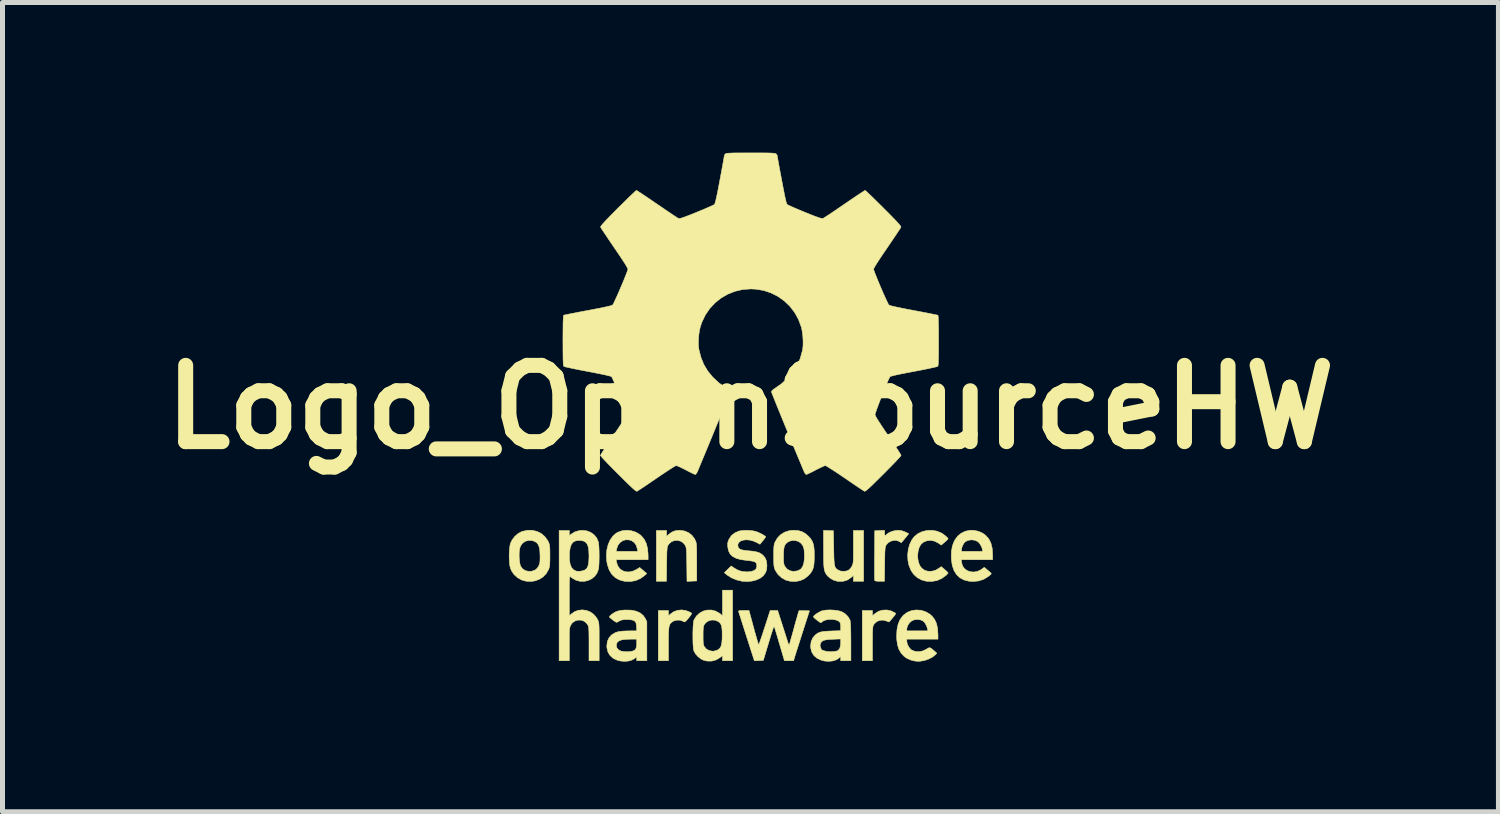
<source format=kicad_pcb>
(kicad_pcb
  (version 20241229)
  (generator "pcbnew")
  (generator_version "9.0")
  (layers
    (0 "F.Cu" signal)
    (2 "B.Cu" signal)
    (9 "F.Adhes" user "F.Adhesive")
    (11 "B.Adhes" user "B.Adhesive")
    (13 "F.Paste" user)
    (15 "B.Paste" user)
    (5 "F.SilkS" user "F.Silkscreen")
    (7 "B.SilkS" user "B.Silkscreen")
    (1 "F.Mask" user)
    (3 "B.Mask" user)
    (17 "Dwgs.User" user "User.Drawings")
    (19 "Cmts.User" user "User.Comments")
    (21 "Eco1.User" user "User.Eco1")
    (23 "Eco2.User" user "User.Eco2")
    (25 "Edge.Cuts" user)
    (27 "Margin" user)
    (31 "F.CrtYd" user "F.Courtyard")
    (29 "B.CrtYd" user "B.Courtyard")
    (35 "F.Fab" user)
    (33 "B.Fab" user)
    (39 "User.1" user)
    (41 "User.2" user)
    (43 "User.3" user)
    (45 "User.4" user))
  (footprint "Logo_OpenSourceHW"
    (layer "F.Cu")
    (at 11.945 5.085)
    (property "Reference" "Logo_OpenSourceHW" (at 0 0 0) (layer "F.SilkS") (effects (font (size 1.524 1.524) (thickness 0.3))))
    (attr through_hole)
    (fp_poly (pts (xy -1.287 4.065) (xy -1.206 4.098) (xy -1.182 4.113) (xy -1.176 4.123) (xy -1.181 4.14) (xy -1.199 4.167) (xy -1.232 4.209) (xy -1.264 4.247) (xy -1.292 4.276) (xy -1.31 4.291) (xy -1.313 4.292) (xy -1.334 4.286) (xy -1.359 4.274) (xy -1.409 4.257) (xy -1.468 4.256) (xy -1.525 4.27) (xy -1.551 4.283) (xy -1.575 4.301) (xy -1.595 4.319) (xy -1.61 4.341) (xy -1.621 4.37) (xy -1.629 4.409) (xy -1.634 4.46) (xy -1.637 4.527) (xy -1.638 4.614) (xy -1.638 4.722) (xy -1.638 4.734) (xy -1.638 5.067) (xy -1.841 5.067) (xy -1.841 4.064) (xy -1.638 4.064) (xy -1.638 4.17) (xy -1.603 4.137) (xy -1.535 4.089) (xy -1.456 4.06) (xy -1.372 4.052) (xy -1.287 4.065)) (stroke (width 0.01) (type solid)) (fill yes) (layer "F.SilkS"))
    (fp_poly (pts (xy 2.812 4.072) (xy 2.892 4.112) (xy 2.895 4.113) (xy 2.901 4.123) (xy 2.895 4.14) (xy 2.876 4.168) (xy 2.844 4.206) (xy 2.813 4.243) (xy 2.788 4.273) (xy 2.774 4.29) (xy 2.772 4.292) (xy 2.759 4.29) (xy 2.733 4.28) (xy 2.724 4.276) (xy 2.656 4.256) (xy 2.59 4.259) (xy 2.529 4.282) (xy 2.479 4.325) (xy 2.464 4.346) (xy 2.456 4.36) (xy 2.45 4.376) (xy 2.446 4.398) (xy 2.443 4.428) (xy 2.441 4.469) (xy 2.439 4.526) (xy 2.439 4.6) (xy 2.438 4.696) (xy 2.438 4.728) (xy 2.438 5.067) (xy 2.235 5.067) (xy 2.235 4.064) (xy 2.438 4.064) (xy 2.438 4.168) (xy 2.49 4.124) (xy 2.56 4.079) (xy 2.641 4.056) (xy 2.726 4.053) (xy 2.812 4.072)) (stroke (width 0.01) (type solid)) (fill yes) (layer "F.SilkS"))
    (fp_poly (pts (xy 3.015 2.467) (xy 3.077 2.488) (xy 3.093 2.495) (xy 3.163 2.529) (xy 3.125 2.576) (xy 3.092 2.617) (xy 3.058 2.658) (xy 3.051 2.666) (xy 3.014 2.71) (xy 2.977 2.686) (xy 2.922 2.664) (xy 2.861 2.663) (xy 2.801 2.68) (xy 2.748 2.713) (xy 2.712 2.756) (xy 2.704 2.771) (xy 2.698 2.788) (xy 2.693 2.811) (xy 2.69 2.842) (xy 2.687 2.884) (xy 2.685 2.942) (xy 2.684 3.018) (xy 2.682 3.116) (xy 2.682 3.14) (xy 2.678 3.48) (xy 2.583 3.48) (xy 2.525 3.478) (xy 2.492 3.471) (xy 2.482 3.464) (xy 2.481 3.448) (xy 2.48 3.41) (xy 2.479 3.352) (xy 2.479 3.277) (xy 2.479 3.188) (xy 2.479 3.088) (xy 2.479 2.98) (xy 2.48 2.959) (xy 2.483 2.47) (xy 2.581 2.466) (xy 2.68 2.463) (xy 2.68 2.514) (xy 2.683 2.551) (xy 2.692 2.564) (xy 2.711 2.554) (xy 2.723 2.541) (xy 2.763 2.511) (xy 2.819 2.486) (xy 2.883 2.468) (xy 2.947 2.461) (xy 2.949 2.461) (xy 3.015 2.467)) (stroke (width 0.01) (type solid)) (fill yes) (layer "F.SilkS"))
    (fp_poly (pts (xy -1.324 2.473) (xy -1.241 2.506) (xy -1.171 2.559) (xy -1.118 2.629) (xy -1.104 2.657) (xy -1.095 2.677) (xy -1.088 2.696) (xy -1.083 2.718) (xy -1.079 2.745) (xy -1.077 2.781) (xy -1.075 2.83) (xy -1.074 2.893) (xy -1.074 2.975) (xy -1.073 3.078) (xy -1.073 3.099) (xy -1.073 3.473) (xy -1.268 3.481) (xy -1.272 3.147) (xy -1.274 3.045) (xy -1.275 2.966) (xy -1.277 2.905) (xy -1.28 2.859) (xy -1.283 2.826) (xy -1.288 2.801) (xy -1.294 2.782) (xy -1.301 2.765) (xy -1.303 2.762) (xy -1.343 2.711) (xy -1.395 2.678) (xy -1.455 2.663) (xy -1.516 2.666) (xy -1.574 2.687) (xy -1.623 2.727) (xy -1.644 2.756) (xy -1.652 2.771) (xy -1.658 2.788) (xy -1.663 2.81) (xy -1.666 2.841) (xy -1.669 2.884) (xy -1.671 2.941) (xy -1.672 3.017) (xy -1.674 3.114) (xy -1.674 3.14) (xy -1.678 3.48) (xy -1.88 3.48) (xy -1.88 2.464) (xy -1.676 2.464) (xy -1.676 2.581) (xy -1.63 2.54) (xy -1.568 2.495) (xy -1.502 2.47) (xy -1.424 2.462) (xy -1.416 2.461) (xy -1.324 2.473)) (stroke (width 0.01) (type solid)) (fill yes) (layer "F.SilkS"))
    (fp_poly (pts (xy 1.559 2.466) (xy 1.657 2.47) (xy 1.664 2.813) (xy 1.666 2.923) (xy 1.668 3.011) (xy 1.672 3.08) (xy 1.677 3.132) (xy 1.684 3.17) (xy 1.693 3.198) (xy 1.706 3.219) (xy 1.723 3.235) (xy 1.744 3.25) (xy 1.751 3.254) (xy 1.798 3.275) (xy 1.854 3.281) (xy 1.864 3.281) (xy 1.926 3.273) (xy 1.974 3.249) (xy 2.012 3.204) (xy 2.029 3.175) (xy 2.038 3.157) (xy 2.044 3.138) (xy 2.049 3.117) (xy 2.053 3.088) (xy 2.055 3.049) (xy 2.057 2.996) (xy 2.057 2.926) (xy 2.057 2.835) (xy 2.057 2.791) (xy 2.057 2.464) (xy 2.261 2.464) (xy 2.261 3.48) (xy 2.057 3.48) (xy 2.057 3.363) (xy 2.008 3.407) (xy 1.938 3.454) (xy 1.856 3.48) (xy 1.767 3.483) (xy 1.729 3.478) (xy 1.661 3.457) (xy 1.596 3.42) (xy 1.543 3.375) (xy 1.531 3.361) (xy 1.512 3.335) (xy 1.497 3.309) (xy 1.485 3.28) (xy 1.476 3.245) (xy 1.469 3.202) (xy 1.465 3.147) (xy 1.462 3.076) (xy 1.461 2.988) (xy 1.461 2.878) (xy 1.46 2.836) (xy 1.46 2.463) (xy 1.559 2.466)) (stroke (width 0.01) (type solid)) (fill yes) (layer "F.SilkS"))
    (fp_poly (pts (xy -2.38 2.47) (xy -2.29 2.498) (xy -2.211 2.545) (xy -2.174 2.578) (xy -2.119 2.646) (xy -2.081 2.726) (xy -2.057 2.821) (xy -2.046 2.934) (xy -2.045 2.975) (xy -2.045 3.048) (xy -2.683 3.048) (xy -2.676 3.094) (xy -2.653 3.168) (xy -2.612 3.227) (xy -2.558 3.268) (xy -2.492 3.29) (xy -2.42 3.293) (xy -2.342 3.275) (xy -2.274 3.242) (xy -2.213 3.204) (xy -2.143 3.264) (xy -2.072 3.324) (xy -2.112 3.362) (xy -2.197 3.424) (xy -2.294 3.466) (xy -2.399 3.485) (xy -2.509 3.481) (xy -2.521 3.479) (xy -2.622 3.451) (xy -2.706 3.403) (xy -2.773 3.337) (xy -2.824 3.251) (xy -2.859 3.145) (xy -2.871 3.081) (xy -2.879 2.962) (xy -2.872 2.883) (xy -2.683 2.883) (xy -2.251 2.883) (xy -2.26 2.835) (xy -2.283 2.76) (xy -2.322 2.705) (xy -2.376 2.668) (xy -2.419 2.654) (xy -2.489 2.65) (xy -2.554 2.669) (xy -2.608 2.708) (xy -2.65 2.764) (xy -2.674 2.835) (xy -2.674 2.835) (xy -2.683 2.883) (xy -2.872 2.883) (xy -2.869 2.849) (xy -2.843 2.744) (xy -2.802 2.652) (xy -2.747 2.575) (xy -2.68 2.517) (xy -2.652 2.501) (xy -2.567 2.47) (xy -2.474 2.46) (xy -2.38 2.47)) (stroke (width 0.01) (type solid)) (fill yes) (layer "F.SilkS"))
    (fp_poly (pts (xy 3.725 2.478) (xy 3.815 2.515) (xy 3.842 2.531) (xy 3.878 2.558) (xy 3.912 2.586) (xy 3.938 2.612) (xy 3.949 2.629) (xy 3.95 2.63) (xy 3.941 2.643) (xy 3.917 2.666) (xy 3.884 2.696) (xy 3.881 2.698) (xy 3.812 2.757) (xy 3.756 2.718) (xy 3.68 2.678) (xy 3.601 2.662) (xy 3.522 2.671) (xy 3.453 2.7) (xy 3.408 2.741) (xy 3.374 2.798) (xy 3.352 2.869) (xy 3.342 2.946) (xy 3.344 3.025) (xy 3.358 3.101) (xy 3.385 3.168) (xy 3.422 3.218) (xy 3.481 3.26) (xy 3.549 3.28) (xy 3.623 3.28) (xy 3.698 3.259) (xy 3.756 3.226) (xy 3.812 3.187) (xy 3.881 3.245) (xy 3.915 3.275) (xy 3.939 3.3) (xy 3.95 3.313) (xy 3.95 3.313) (xy 3.941 3.327) (xy 3.92 3.35) (xy 3.915 3.355) (xy 3.825 3.422) (xy 3.728 3.465) (xy 3.623 3.483) (xy 3.515 3.479) (xy 3.417 3.452) (xy 3.331 3.405) (xy 3.259 3.338) (xy 3.203 3.253) (xy 3.164 3.152) (xy 3.147 3.065) (xy 3.141 2.954) (xy 3.153 2.845) (xy 3.181 2.743) (xy 3.224 2.653) (xy 3.274 2.587) (xy 3.348 2.527) (xy 3.435 2.486) (xy 3.53 2.464) (xy 3.629 2.461) (xy 3.725 2.478)) (stroke (width 0.01) (type solid)) (fill yes) (layer "F.SilkS"))
    (fp_poly (pts (xy 4.558 2.482) (xy 4.645 2.522) (xy 4.698 2.561) (xy 4.76 2.629) (xy 4.804 2.715) (xy 4.83 2.82) (xy 4.839 2.943) (xy 4.839 3.048) (xy 4.213 3.048) (xy 4.22 3.107) (xy 4.238 3.173) (xy 4.276 3.226) (xy 4.328 3.265) (xy 4.39 3.288) (xy 4.459 3.295) (xy 4.531 3.283) (xy 4.601 3.252) (xy 4.621 3.238) (xy 4.672 3.201) (xy 4.743 3.26) (xy 4.777 3.289) (xy 4.802 3.313) (xy 4.813 3.327) (xy 4.813 3.327) (xy 4.804 3.34) (xy 4.78 3.362) (xy 4.754 3.383) (xy 4.662 3.439) (xy 4.559 3.473) (xy 4.447 3.484) (xy 4.366 3.478) (xy 4.267 3.453) (xy 4.184 3.409) (xy 4.117 3.345) (xy 4.066 3.262) (xy 4.032 3.161) (xy 4.015 3.042) (xy 4.013 2.978) (xy 4.017 2.883) (xy 4.216 2.883) (xy 4.636 2.883) (xy 4.636 2.854) (xy 4.628 2.816) (xy 4.607 2.77) (xy 4.58 2.726) (xy 4.551 2.693) (xy 4.546 2.689) (xy 4.485 2.66) (xy 4.417 2.651) (xy 4.348 2.662) (xy 4.298 2.686) (xy 4.268 2.716) (xy 4.241 2.761) (xy 4.223 2.811) (xy 4.217 2.848) (xy 4.216 2.883) (xy 4.017 2.883) (xy 4.018 2.876) (xy 4.031 2.791) (xy 4.055 2.715) (xy 4.084 2.655) (xy 4.139 2.579) (xy 4.208 2.522) (xy 4.288 2.482) (xy 4.376 2.462) (xy 4.467 2.462) (xy 4.558 2.482)) (stroke (width 0.01) (type solid)) (fill yes) (layer "F.SilkS"))
    (fp_poly (pts (xy 3.4 4.058) (xy 3.489 4.083) (xy 3.572 4.128) (xy 3.625 4.172) (xy 3.679 4.24) (xy 3.717 4.322) (xy 3.739 4.419) (xy 3.746 4.535) (xy 3.747 4.541) (xy 3.747 4.636) (xy 3.124 4.636) (xy 3.124 4.681) (xy 3.135 4.737) (xy 3.163 4.792) (xy 3.202 4.838) (xy 3.22 4.852) (xy 3.288 4.88) (xy 3.364 4.886) (xy 3.442 4.872) (xy 3.516 4.837) (xy 3.525 4.831) (xy 3.553 4.814) (xy 3.575 4.807) (xy 3.599 4.813) (xy 3.628 4.833) (xy 3.67 4.869) (xy 3.676 4.874) (xy 3.724 4.917) (xy 3.695 4.948) (xy 3.636 4.995) (xy 3.56 5.034) (xy 3.475 5.063) (xy 3.387 5.078) (xy 3.347 5.079) (xy 3.298 5.075) (xy 3.241 5.064) (xy 3.206 5.054) (xy 3.123 5.017) (xy 3.068 4.977) (xy 3.01 4.914) (xy 2.967 4.84) (xy 2.939 4.753) (xy 2.924 4.649) (xy 2.921 4.566) (xy 2.928 4.444) (xy 2.93 4.436) (xy 3.124 4.436) (xy 3.124 4.47) (xy 3.546 4.47) (xy 3.538 4.429) (xy 3.518 4.368) (xy 3.487 4.313) (xy 3.451 4.275) (xy 3.401 4.252) (xy 3.34 4.243) (xy 3.277 4.249) (xy 3.227 4.268) (xy 3.181 4.306) (xy 3.146 4.357) (xy 3.126 4.414) (xy 3.124 4.436) (xy 2.93 4.436) (xy 2.949 4.342) (xy 2.984 4.255) (xy 3.036 4.18) (xy 3.062 4.153) (xy 3.134 4.1) (xy 3.218 4.066) (xy 3.308 4.053) (xy 3.4 4.058)) (stroke (width 0.01) (type solid)) (fill yes) (layer "F.SilkS"))
    (fp_poly (pts (xy -0.356 5.067) (xy -0.559 5.067) (xy -0.559 4.965) (xy -0.608 5.004) (xy -0.685 5.05) (xy -0.771 5.074) (xy -0.864 5.074) (xy -0.932 5.059) (xy -0.99 5.031) (xy -1.047 4.986) (xy -1.096 4.932) (xy -1.128 4.875) (xy -1.133 4.862) (xy -1.14 4.825) (xy -1.145 4.769) (xy -1.149 4.699) (xy -1.15 4.62) (xy -1.15 4.566) (xy -0.946 4.566) (xy -0.946 4.639) (xy -0.944 4.691) (xy -0.941 4.729) (xy -0.935 4.756) (xy -0.926 4.777) (xy -0.92 4.788) (xy -0.879 4.835) (xy -0.822 4.865) (xy -0.757 4.877) (xy -0.756 4.877) (xy -0.709 4.871) (xy -0.665 4.856) (xy -0.661 4.855) (xy -0.626 4.832) (xy -0.6 4.802) (xy -0.583 4.762) (xy -0.572 4.706) (xy -0.566 4.633) (xy -0.565 4.559) (xy -0.566 4.474) (xy -0.571 4.41) (xy -0.581 4.363) (xy -0.597 4.328) (xy -0.62 4.302) (xy -0.651 4.279) (xy -0.71 4.257) (xy -0.774 4.254) (xy -0.835 4.27) (xy -0.888 4.303) (xy -0.923 4.346) (xy -0.933 4.368) (xy -0.939 4.395) (xy -0.943 4.432) (xy -0.946 4.485) (xy -0.946 4.558) (xy -0.946 4.566) (xy -1.15 4.566) (xy -1.151 4.538) (xy -1.149 4.458) (xy -1.146 4.383) (xy -1.141 4.321) (xy -1.135 4.275) (xy -1.129 4.254) (xy -1.081 4.176) (xy -1.018 4.117) (xy -0.945 4.076) (xy -0.864 4.055) (xy -0.78 4.054) (xy -0.697 4.075) (xy -0.619 4.118) (xy -0.6 4.133) (xy -0.559 4.168) (xy -0.559 3.658) (xy -0.356 3.658) (xy -0.356 5.067)) (stroke (width 0.01) (type solid)) (fill yes) (layer "F.SilkS"))
    (fp_poly (pts (xy -4.357 2.461) (xy -4.263 2.484) (xy -4.178 2.527) (xy -4.106 2.59) (xy -4.048 2.67) (xy -4.031 2.705) (xy -4.022 2.73) (xy -4.015 2.758) (xy -4.011 2.793) (xy -4.008 2.841) (xy -4.007 2.906) (xy -4.007 2.972) (xy -4.007 3.053) (xy -4.009 3.114) (xy -4.012 3.159) (xy -4.017 3.192) (xy -4.024 3.219) (xy -4.031 3.239) (xy -4.081 3.326) (xy -4.146 3.394) (xy -4.22 3.44) (xy -4.303 3.471) (xy -4.386 3.484) (xy -4.479 3.479) (xy -4.569 3.455) (xy -4.651 3.41) (xy -4.721 3.348) (xy -4.773 3.273) (xy -4.797 3.215) (xy -4.81 3.157) (xy -4.817 3.082) (xy -4.821 2.996) (xy -4.82 2.949) (xy -4.622 2.949) (xy -4.62 3.021) (xy -4.613 3.089) (xy -4.603 3.146) (xy -4.592 3.177) (xy -4.554 3.23) (xy -4.501 3.265) (xy -4.438 3.281) (xy -4.371 3.279) (xy -4.303 3.255) (xy -4.299 3.253) (xy -4.27 3.228) (xy -4.242 3.192) (xy -4.232 3.175) (xy -4.22 3.147) (xy -4.211 3.118) (xy -4.206 3.081) (xy -4.204 3.031) (xy -4.204 2.972) (xy -4.208 2.877) (xy -4.219 2.803) (xy -4.24 2.748) (xy -4.271 2.708) (xy -4.315 2.682) (xy -4.362 2.667) (xy -4.434 2.663) (xy -4.499 2.681) (xy -4.554 2.719) (xy -4.594 2.775) (xy -4.611 2.826) (xy -4.619 2.882) (xy -4.622 2.949) (xy -4.82 2.949) (xy -4.82 2.909) (xy -4.814 2.826) (xy -4.804 2.757) (xy -4.797 2.725) (xy -4.762 2.653) (xy -4.71 2.584) (xy -4.644 2.527) (xy -4.573 2.488) (xy -4.559 2.483) (xy -4.456 2.461) (xy -4.357 2.461)) (stroke (width 0.01) (type solid)) (fill yes) (layer "F.SilkS"))
    (fp_poly (pts (xy 0.951 2.466) (xy 1.03 2.488) (xy 1.099 2.527) (xy 1.156 2.577) (xy 1.199 2.624) (xy 1.23 2.671) (xy 1.252 2.723) (xy 1.266 2.785) (xy 1.274 2.861) (xy 1.276 2.957) (xy 1.276 2.972) (xy 1.274 3.071) (xy 1.268 3.15) (xy 1.255 3.213) (xy 1.234 3.266) (xy 1.204 3.313) (xy 1.162 3.36) (xy 1.156 3.367) (xy 1.08 3.428) (xy 0.994 3.467) (xy 0.899 3.484) (xy 0.792 3.479) (xy 0.703 3.455) (xy 0.622 3.409) (xy 0.552 3.345) (xy 0.5 3.266) (xy 0.487 3.239) (xy 0.478 3.212) (xy 0.471 3.182) (xy 0.467 3.142) (xy 0.465 3.089) (xy 0.464 3.018) (xy 0.464 2.972) (xy 0.66 2.972) (xy 0.661 3.043) (xy 0.663 3.094) (xy 0.668 3.131) (xy 0.676 3.158) (xy 0.684 3.175) (xy 0.727 3.231) (xy 0.784 3.267) (xy 0.851 3.282) (xy 0.925 3.274) (xy 0.961 3.263) (xy 1.009 3.233) (xy 1.044 3.184) (xy 1.067 3.114) (xy 1.078 3.023) (xy 1.079 2.969) (xy 1.076 2.887) (xy 1.067 2.823) (xy 1.048 2.773) (xy 1.02 2.731) (xy 1.015 2.725) (xy 0.966 2.687) (xy 0.905 2.667) (xy 0.839 2.664) (xy 0.776 2.68) (xy 0.739 2.701) (xy 0.708 2.729) (xy 0.686 2.761) (xy 0.672 2.803) (xy 0.664 2.859) (xy 0.661 2.933) (xy 0.66 2.972) (xy 0.464 2.972) (xy 0.464 2.889) (xy 0.466 2.827) (xy 0.469 2.781) (xy 0.474 2.747) (xy 0.482 2.719) (xy 0.487 2.705) (xy 0.535 2.619) (xy 0.601 2.55) (xy 0.682 2.499) (xy 0.774 2.469) (xy 0.856 2.46) (xy 0.951 2.466)) (stroke (width 0.01) (type solid)) (fill yes) (layer "F.SilkS"))
    (fp_poly (pts (xy -2.388 4.056) (xy -2.287 4.076) (xy -2.204 4.112) (xy -2.141 4.165) (xy -2.102 4.222) (xy -2.07 4.285) (xy -2.07 5.067) (xy -2.273 5.067) (xy -2.273 4.989) (xy -2.312 5.021) (xy -2.369 5.054) (xy -2.441 5.074) (xy -2.523 5.08) (xy -2.606 5.071) (xy -2.664 5.056) (xy -2.745 5.017) (xy -2.807 4.961) (xy -2.848 4.892) (xy -2.868 4.807) (xy -2.87 4.768) (xy -2.869 4.763) (xy -2.68 4.763) (xy -2.668 4.811) (xy -2.635 4.85) (xy -2.584 4.875) (xy -2.576 4.877) (xy -2.513 4.886) (xy -2.444 4.887) (xy -2.38 4.881) (xy -2.359 4.876) (xy -2.318 4.859) (xy -2.292 4.832) (xy -2.278 4.79) (xy -2.273 4.729) (xy -2.273 4.722) (xy -2.273 4.636) (xy -2.391 4.636) (xy -2.489 4.64) (xy -2.565 4.649) (xy -2.62 4.667) (xy -2.656 4.692) (xy -2.675 4.727) (xy -2.68 4.763) (xy -2.869 4.763) (xy -2.859 4.682) (xy -2.826 4.609) (xy -2.774 4.55) (xy -2.703 4.507) (xy -2.646 4.488) (xy -2.602 4.481) (xy -2.542 4.475) (xy -2.474 4.472) (xy -2.422 4.471) (xy -2.272 4.47) (xy -2.276 4.386) (xy -2.282 4.33) (xy -2.297 4.291) (xy -2.325 4.266) (xy -2.369 4.252) (xy -2.434 4.245) (xy -2.449 4.244) (xy -2.526 4.245) (xy -2.586 4.257) (xy -2.639 4.283) (xy -2.656 4.294) (xy -2.67 4.3) (xy -2.69 4.294) (xy -2.72 4.275) (xy -2.748 4.255) (xy -2.783 4.227) (xy -2.809 4.205) (xy -2.819 4.192) (xy -2.819 4.192) (xy -2.809 4.173) (xy -2.782 4.148) (xy -2.745 4.121) (xy -2.704 4.096) (xy -2.686 4.088) (xy -2.634 4.07) (xy -2.572 4.059) (xy -2.508 4.054) (xy -2.388 4.056)) (stroke (width 0.01) (type solid)) (fill yes) (layer "F.SilkS"))
    (fp_poly (pts (xy -0.025 2.464) (xy 0.046 2.471) (xy 0.1 2.482) (xy 0.138 2.495) (xy 0.182 2.515) (xy 0.227 2.537) (xy 0.267 2.56) (xy 0.295 2.579) (xy 0.305 2.592) (xy 0.297 2.605) (xy 0.278 2.632) (xy 0.25 2.668) (xy 0.247 2.67) (xy 0.19 2.74) (xy 0.123 2.704) (xy 0.053 2.674) (xy -0.018 2.656) (xy -0.086 2.651) (xy -0.147 2.658) (xy -0.197 2.676) (xy -0.233 2.705) (xy -0.251 2.744) (xy -0.251 2.767) (xy -0.245 2.8) (xy -0.228 2.825) (xy -0.199 2.843) (xy -0.154 2.856) (xy -0.089 2.865) (xy -0.033 2.871) (xy 0.058 2.88) (xy 0.129 2.894) (xy 0.183 2.913) (xy 0.227 2.94) (xy 0.26 2.97) (xy 0.297 3.018) (xy 0.319 3.073) (xy 0.328 3.143) (xy 0.329 3.172) (xy 0.324 3.246) (xy 0.302 3.307) (xy 0.262 3.363) (xy 0.256 3.37) (xy 0.196 3.417) (xy 0.119 3.453) (xy 0.029 3.476) (xy -0.069 3.485) (xy -0.165 3.479) (xy -0.273 3.454) (xy -0.376 3.412) (xy -0.466 3.355) (xy -0.48 3.344) (xy -0.522 3.308) (xy -0.385 3.174) (xy -0.319 3.219) (xy -0.243 3.261) (xy -0.166 3.284) (xy -0.077 3.292) (xy -0.07 3.292) (xy 0.011 3.285) (xy 0.071 3.266) (xy 0.11 3.234) (xy 0.126 3.19) (xy 0.127 3.176) (xy 0.124 3.141) (xy 0.114 3.115) (xy 0.094 3.096) (xy 0.059 3.082) (xy 0.007 3.072) (xy -0.067 3.063) (xy -0.09 3.061) (xy -0.201 3.045) (xy -0.29 3.019) (xy -0.358 2.982) (xy -0.407 2.933) (xy -0.438 2.871) (xy -0.453 2.794) (xy -0.454 2.79) (xy -0.456 2.739) (xy -0.452 2.701) (xy -0.439 2.663) (xy -0.426 2.634) (xy -0.378 2.565) (xy -0.311 2.512) (xy -0.228 2.476) (xy -0.222 2.475) (xy -0.169 2.466) (xy -0.1 2.462) (xy -0.025 2.464)) (stroke (width 0.01) (type solid)) (fill yes) (layer "F.SilkS"))
    (fp_poly (pts (xy 0.064 4.407) (xy 0.088 4.496) (xy 0.111 4.576) (xy 0.131 4.645) (xy 0.147 4.699) (xy 0.158 4.735) (xy 0.164 4.75) (xy 0.164 4.75) (xy 0.17 4.738) (xy 0.182 4.705) (xy 0.2 4.655) (xy 0.223 4.589) (xy 0.249 4.511) (xy 0.277 4.424) (xy 0.283 4.407) (xy 0.394 4.064) (xy 0.544 4.064) (xy 0.633 4.34) (xy 0.66 4.425) (xy 0.686 4.506) (xy 0.709 4.578) (xy 0.728 4.638) (xy 0.741 4.68) (xy 0.745 4.691) (xy 0.758 4.73) (xy 0.767 4.748) (xy 0.775 4.747) (xy 0.778 4.742) (xy 0.784 4.723) (xy 0.795 4.684) (xy 0.811 4.627) (xy 0.831 4.557) (xy 0.854 4.476) (xy 0.875 4.396) (xy 0.899 4.31) (xy 0.921 4.232) (xy 0.94 4.166) (xy 0.954 4.114) (xy 0.965 4.081) (xy 0.969 4.069) (xy 0.983 4.066) (xy 1.017 4.066) (xy 1.063 4.066) (xy 1.077 4.067) (xy 1.179 4.07) (xy 1.04 4.502) (xy 1.007 4.605) (xy 0.976 4.703) (xy 0.947 4.793) (xy 0.922 4.871) (xy 0.902 4.934) (xy 0.888 4.979) (xy 0.882 5.001) (xy 0.862 5.067) (xy 0.771 5.067) (xy 0.679 5.067) (xy 0.585 4.747) (xy 0.559 4.659) (xy 0.535 4.578) (xy 0.514 4.507) (xy 0.497 4.451) (xy 0.485 4.411) (xy 0.479 4.394) (xy 0.475 4.388) (xy 0.469 4.392) (xy 0.46 4.407) (xy 0.448 4.437) (xy 0.433 4.484) (xy 0.412 4.548) (xy 0.386 4.634) (xy 0.362 4.712) (xy 0.257 5.061) (xy 0.168 5.065) (xy 0.078 5.068) (xy -0.005 4.811) (xy -0.035 4.716) (xy -0.067 4.617) (xy -0.099 4.517) (xy -0.13 4.42) (xy -0.159 4.329) (xy -0.185 4.248) (xy -0.206 4.18) (xy -0.223 4.129) (xy -0.233 4.097) (xy -0.234 4.093) (xy -0.237 4.079) (xy -0.233 4.07) (xy -0.218 4.066) (xy -0.185 4.064) (xy -0.136 4.064) (xy -0.029 4.064) (xy 0.064 4.407)) (stroke (width 0.01) (type solid)) (fill yes) (layer "F.SilkS"))
    (fp_poly (pts (xy 1.672 4.056) (xy 1.753 4.067) (xy 1.819 4.086) (xy 1.826 4.089) (xy 1.893 4.129) (xy 1.948 4.184) (xy 1.986 4.248) (xy 1.992 4.265) (xy 1.997 4.297) (xy 2.001 4.354) (xy 2.004 4.435) (xy 2.006 4.541) (xy 2.007 4.671) (xy 2.007 4.691) (xy 2.007 5.067) (xy 1.803 5.067) (xy 1.803 4.981) (xy 1.766 5.016) (xy 1.713 5.05) (xy 1.645 5.071) (xy 1.567 5.079) (xy 1.486 5.074) (xy 1.414 5.056) (xy 1.33 5.017) (xy 1.267 4.962) (xy 1.225 4.894) (xy 1.204 4.813) (xy 1.202 4.769) (xy 1.203 4.763) (xy 1.391 4.763) (xy 1.4 4.801) (xy 1.403 4.808) (xy 1.416 4.836) (xy 1.424 4.851) (xy 1.425 4.852) (xy 1.438 4.856) (xy 1.466 4.866) (xy 1.48 4.871) (xy 1.523 4.881) (xy 1.578 4.886) (xy 1.638 4.885) (xy 1.693 4.88) (xy 1.736 4.87) (xy 1.749 4.863) (xy 1.779 4.831) (xy 1.797 4.778) (xy 1.803 4.704) (xy 1.803 4.702) (xy 1.803 4.632) (xy 1.648 4.638) (xy 1.563 4.643) (xy 1.5 4.651) (xy 1.455 4.664) (xy 1.425 4.683) (xy 1.406 4.709) (xy 1.399 4.725) (xy 1.391 4.763) (xy 1.203 4.763) (xy 1.213 4.683) (xy 1.247 4.609) (xy 1.291 4.557) (xy 1.325 4.529) (xy 1.361 4.508) (xy 1.404 4.493) (xy 1.459 4.483) (xy 1.531 4.477) (xy 1.616 4.473) (xy 1.803 4.467) (xy 1.803 4.398) (xy 1.801 4.354) (xy 1.795 4.317) (xy 1.79 4.303) (xy 1.761 4.275) (xy 1.715 4.255) (xy 1.658 4.244) (xy 1.594 4.241) (xy 1.532 4.247) (xy 1.477 4.262) (xy 1.435 4.286) (xy 1.424 4.297) (xy 1.414 4.306) (xy 1.4 4.306) (xy 1.379 4.294) (xy 1.344 4.268) (xy 1.332 4.259) (xy 1.296 4.229) (xy 1.27 4.205) (xy 1.258 4.191) (xy 1.257 4.19) (xy 1.268 4.171) (xy 1.295 4.146) (xy 1.334 4.119) (xy 1.377 4.094) (xy 1.419 4.074) (xy 1.434 4.069) (xy 1.503 4.056) (xy 1.586 4.052) (xy 1.672 4.056)) (stroke (width 0.01) (type solid)) (fill yes) (layer "F.SilkS"))
    (fp_poly (pts (xy -3.267 2.473) (xy -3.187 2.505) (xy -3.12 2.555) (xy -3.069 2.62) (xy -3.038 2.697) (xy -3.036 2.705) (xy -3.031 2.748) (xy -3.027 2.809) (xy -3.024 2.884) (xy -3.023 2.965) (xy -3.024 3.046) (xy -3.026 3.122) (xy -3.03 3.187) (xy -3.035 3.233) (xy -3.036 3.238) (xy -3.065 3.316) (xy -3.112 3.38) (xy -3.174 3.431) (xy -3.246 3.465) (xy -3.325 3.482) (xy -3.406 3.48) (xy -3.486 3.459) (xy -3.55 3.423) (xy -3.579 3.402) (xy -3.602 3.387) (xy -3.604 3.386) (xy -3.608 3.388) (xy -3.612 3.402) (xy -3.615 3.43) (xy -3.617 3.474) (xy -3.618 3.536) (xy -3.619 3.618) (xy -3.619 3.722) (xy -3.619 3.774) (xy -3.619 4.17) (xy -3.585 4.137) (xy -3.515 4.087) (xy -3.438 4.059) (xy -3.357 4.051) (xy -3.276 4.062) (xy -3.199 4.093) (xy -3.131 4.142) (xy -3.075 4.208) (xy -3.053 4.248) (xy -3.044 4.267) (xy -3.038 4.285) (xy -3.032 4.306) (xy -3.029 4.332) (xy -3.026 4.367) (xy -3.024 4.415) (xy -3.023 4.477) (xy -3.023 4.557) (xy -3.023 4.659) (xy -3.023 4.689) (xy -3.023 5.067) (xy -3.226 5.067) (xy -3.226 4.734) (xy -3.226 4.631) (xy -3.227 4.55) (xy -3.228 4.488) (xy -3.23 4.442) (xy -3.233 4.409) (xy -3.238 4.384) (xy -3.244 4.366) (xy -3.248 4.356) (xy -3.287 4.304) (xy -3.338 4.271) (xy -3.396 4.255) (xy -3.457 4.257) (xy -3.514 4.277) (xy -3.563 4.315) (xy -3.591 4.356) (xy -3.6 4.374) (xy -3.606 4.392) (xy -3.611 4.414) (xy -3.615 4.443) (xy -3.617 4.482) (xy -3.619 4.535) (xy -3.619 4.606) (xy -3.619 4.696) (xy -3.619 4.74) (xy -3.619 5.067) (xy -3.823 5.067) (xy -3.823 2.942) (xy -3.617 2.942) (xy -3.616 3.05) (xy -3.603 3.136) (xy -3.577 3.202) (xy -3.539 3.247) (xy -3.488 3.274) (xy -3.477 3.277) (xy -3.411 3.281) (xy -3.342 3.268) (xy -3.311 3.255) (xy -3.278 3.232) (xy -3.255 3.196) (xy -3.239 3.146) (xy -3.23 3.078) (xy -3.226 2.989) (xy -3.226 2.972) (xy -3.23 2.873) (xy -3.241 2.796) (xy -3.261 2.739) (xy -3.291 2.7) (xy -3.334 2.676) (xy -3.391 2.665) (xy -3.426 2.663) (xy -3.489 2.671) (xy -3.538 2.694) (xy -3.574 2.735) (xy -3.599 2.796) (xy -3.613 2.878) (xy -3.617 2.942) (xy -3.823 2.942) (xy -3.823 2.464) (xy -3.619 2.464) (xy -3.619 2.567) (xy -3.578 2.535) (xy -3.505 2.491) (xy -3.426 2.468) (xy -3.355 2.462) (xy -3.267 2.473)) (stroke (width 0.01) (type solid)) (fill yes) (layer "F.SilkS"))
    (fp_poly (pts (xy 0.132 -5.08) (xy 0.235 -5.08) (xy 0.317 -5.079) (xy 0.381 -5.078) (xy 0.429 -5.076) (xy 0.464 -5.073) (xy 0.488 -5.07) (xy 0.503 -5.066) (xy 0.512 -5.061) (xy 0.513 -5.06) (xy 0.529 -5.04) (xy 0.533 -5.031) (xy 0.536 -5.017) (xy 0.542 -4.98) (xy 0.552 -4.925) (xy 0.565 -4.852) (xy 0.581 -4.766) (xy 0.599 -4.669) (xy 0.619 -4.563) (xy 0.622 -4.547) (xy 0.647 -4.416) (xy 0.668 -4.308) (xy 0.685 -4.221) (xy 0.7 -4.155) (xy 0.712 -4.106) (xy 0.722 -4.073) (xy 0.73 -4.054) (xy 0.733 -4.05) (xy 0.75 -4.04) (xy 0.788 -4.022) (xy 0.843 -3.997) (xy 0.912 -3.967) (xy 0.991 -3.934) (xy 1.077 -3.898) (xy 1.088 -3.894) (xy 1.189 -3.853) (xy 1.27 -3.821) (xy 1.332 -3.798) (xy 1.378 -3.782) (xy 1.412 -3.773) (xy 1.434 -3.769) (xy 1.448 -3.77) (xy 1.45 -3.771) (xy 1.467 -3.78) (xy 1.502 -3.803) (xy 1.553 -3.836) (xy 1.618 -3.879) (xy 1.693 -3.93) (xy 1.777 -3.987) (xy 1.867 -4.049) (xy 1.878 -4.056) (xy 1.968 -4.118) (xy 2.051 -4.174) (xy 2.126 -4.225) (xy 2.19 -4.267) (xy 2.24 -4.3) (xy 2.274 -4.321) (xy 2.291 -4.331) (xy 2.291 -4.331) (xy 2.303 -4.322) (xy 2.331 -4.297) (xy 2.372 -4.258) (xy 2.426 -4.207) (xy 2.489 -4.145) (xy 2.56 -4.075) (xy 2.637 -3.999) (xy 2.659 -3.976) (xy 2.755 -3.881) (xy 2.833 -3.801) (xy 2.895 -3.737) (xy 2.942 -3.686) (xy 2.976 -3.648) (xy 2.997 -3.621) (xy 3.007 -3.605) (xy 3.007 -3.599) (xy 2.999 -3.583) (xy 2.978 -3.549) (xy 2.945 -3.499) (xy 2.903 -3.436) (xy 2.853 -3.361) (xy 2.797 -3.279) (xy 2.736 -3.189) (xy 2.731 -3.181) (xy 2.649 -3.062) (xy 2.583 -2.963) (xy 2.531 -2.883) (xy 2.493 -2.822) (xy 2.47 -2.781) (xy 2.461 -2.758) (xy 2.461 -2.756) (xy 2.466 -2.735) (xy 2.48 -2.695) (xy 2.502 -2.639) (xy 2.529 -2.572) (xy 2.56 -2.496) (xy 2.594 -2.416) (xy 2.629 -2.334) (xy 2.663 -2.256) (xy 2.695 -2.185) (xy 2.723 -2.124) (xy 2.746 -2.077) (xy 2.761 -2.049) (xy 2.766 -2.042) (xy 2.781 -2.034) (xy 2.812 -2.024) (xy 2.862 -2.012) (xy 2.931 -1.997) (xy 3.021 -1.978) (xy 3.133 -1.956) (xy 3.26 -1.932) (xy 3.366 -1.912) (xy 3.465 -1.893) (xy 3.554 -1.876) (xy 3.629 -1.861) (xy 3.687 -1.849) (xy 3.727 -1.841) (xy 3.745 -1.836) (xy 3.746 -1.836) (xy 3.75 -1.822) (xy 3.753 -1.784) (xy 3.755 -1.723) (xy 3.757 -1.638) (xy 3.759 -1.529) (xy 3.759 -1.394) (xy 3.759 -1.328) (xy 3.759 -1.199) (xy 3.759 -1.093) (xy 3.758 -1.008) (xy 3.756 -0.941) (xy 3.755 -0.891) (xy 3.752 -0.856) (xy 3.749 -0.832) (xy 3.745 -0.819) (xy 3.741 -0.814) (xy 3.725 -0.808) (xy 3.687 -0.799) (xy 3.629 -0.786) (xy 3.556 -0.77) (xy 3.469 -0.752) (xy 3.371 -0.733) (xy 3.266 -0.713) (xy 3.265 -0.713) (xy 3.14 -0.689) (xy 3.031 -0.668) (xy 2.94 -0.649) (xy 2.869 -0.633) (xy 2.819 -0.62) (xy 2.792 -0.611) (xy 2.788 -0.609) (xy 2.778 -0.591) (xy 2.76 -0.553) (xy 2.736 -0.499) (xy 2.708 -0.432) (xy 2.677 -0.355) (xy 2.644 -0.273) (xy 2.611 -0.189) (xy 2.579 -0.107) (xy 2.55 -0.03) (xy 2.525 0.038) (xy 2.506 0.093) (xy 2.493 0.131) (xy 2.489 0.15) (xy 2.495 0.168) (xy 2.511 0.2) (xy 2.54 0.249) (xy 2.581 0.313) (xy 2.635 0.396) (xy 2.703 0.497) (xy 2.75 0.564) (xy 2.809 0.652) (xy 2.864 0.734) (xy 2.913 0.807) (xy 2.953 0.869) (xy 2.984 0.918) (xy 3.003 0.95) (xy 3.01 0.964) (xy 3.001 0.978) (xy 2.976 1.007) (xy 2.937 1.049) (xy 2.886 1.104) (xy 2.824 1.168) (xy 2.754 1.239) (xy 2.677 1.317) (xy 2.657 1.337) (xy 2.564 1.429) (xy 2.488 1.504) (xy 2.427 1.564) (xy 2.378 1.609) (xy 2.341 1.642) (xy 2.314 1.664) (xy 2.296 1.677) (xy 2.283 1.681) (xy 2.279 1.681) (xy 2.263 1.672) (xy 2.229 1.65) (xy 2.179 1.617) (xy 2.116 1.575) (xy 2.043 1.525) (xy 1.961 1.469) (xy 1.889 1.42) (xy 1.803 1.361) (xy 1.722 1.307) (xy 1.65 1.26) (xy 1.588 1.221) (xy 1.541 1.191) (xy 1.509 1.173) (xy 1.496 1.168) (xy 1.476 1.174) (xy 1.438 1.19) (xy 1.388 1.214) (xy 1.329 1.243) (xy 1.302 1.257) (xy 1.241 1.289) (xy 1.188 1.315) (xy 1.146 1.334) (xy 1.12 1.345) (xy 1.115 1.346) (xy 1.099 1.335) (xy 1.08 1.306) (xy 1.068 1.28) (xy 1.006 1.131) (xy 0.943 0.98) (xy 0.88 0.829) (xy 0.819 0.68) (xy 0.759 0.534) (xy 0.701 0.394) (xy 0.647 0.262) (xy 0.597 0.139) (xy 0.551 0.027) (xy 0.511 -0.072) (xy 0.477 -0.157) (xy 0.451 -0.224) (xy 0.431 -0.273) (xy 0.421 -0.302) (xy 0.419 -0.308) (xy 0.429 -0.327) (xy 0.455 -0.351) (xy 0.472 -0.363) (xy 0.621 -0.468) (xy 0.746 -0.579) (xy 0.849 -0.698) (xy 0.931 -0.827) (xy 0.993 -0.968) (xy 1.036 -1.122) (xy 1.043 -1.153) (xy 1.051 -1.227) (xy 1.052 -1.316) (xy 1.047 -1.412) (xy 1.036 -1.505) (xy 1.02 -1.587) (xy 1.016 -1.6) (xy 0.96 -1.752) (xy 0.884 -1.89) (xy 0.789 -2.014) (xy 0.677 -2.121) (xy 0.551 -2.211) (xy 0.413 -2.281) (xy 0.264 -2.331) (xy 0.107 -2.357) (xy 0.006 -2.362) (xy -0.155 -2.35) (xy -0.309 -2.314) (xy -0.454 -2.257) (xy -0.588 -2.179) (xy -0.708 -2.083) (xy -0.814 -1.969) (xy -0.902 -1.84) (xy -0.971 -1.696) (xy -1.003 -1.6) (xy -1.021 -1.521) (xy -1.033 -1.429) (xy -1.039 -1.333) (xy -1.039 -1.242) (xy -1.032 -1.165) (xy -1.03 -1.153) (xy -0.99 -0.996) (xy -0.932 -0.853) (xy -0.854 -0.722) (xy -0.755 -0.601) (xy -0.634 -0.488) (xy -0.49 -0.383) (xy -0.46 -0.363) (xy -0.429 -0.34) (xy -0.409 -0.317) (xy -0.406 -0.308) (xy -0.411 -0.294) (xy -0.425 -0.257) (xy -0.447 -0.201) (xy -0.476 -0.127) (xy -0.513 -0.037) (xy -0.555 0.067) (xy -0.602 0.184) (xy -0.654 0.31) (xy -0.71 0.446) (xy -0.768 0.588) (xy -0.829 0.735) (xy -0.891 0.885) (xy -0.954 1.036) (xy -1.016 1.186) (xy -1.055 1.28) (xy -1.074 1.318) (xy -1.092 1.341) (xy -1.102 1.346) (xy -1.119 1.341) (xy -1.155 1.325) (xy -1.203 1.301) (xy -1.261 1.272) (xy -1.289 1.257) (xy -1.35 1.226) (xy -1.405 1.199) (xy -1.449 1.18) (xy -1.477 1.17) (xy -1.484 1.168) (xy -1.5 1.175) (xy -1.535 1.195) (xy -1.585 1.226) (xy -1.648 1.267) (xy -1.722 1.316) (xy -1.804 1.371) (xy -1.876 1.42) (xy -1.963 1.479) (xy -2.043 1.534) (xy -2.115 1.583) (xy -2.176 1.623) (xy -2.224 1.654) (xy -2.255 1.674) (xy -2.267 1.681) (xy -2.276 1.68) (xy -2.291 1.672) (xy -2.314 1.655) (xy -2.345 1.628) (xy -2.387 1.589) (xy -2.442 1.537) (xy -2.51 1.47) (xy -2.594 1.387) (xy -2.644 1.337) (xy -2.722 1.259) (xy -2.794 1.186) (xy -2.858 1.12) (xy -2.912 1.063) (xy -2.955 1.017) (xy -2.983 0.984) (xy -2.997 0.966) (xy -2.997 0.964) (xy -2.99 0.95) (xy -2.97 0.916) (xy -2.939 0.867) (xy -2.899 0.805) (xy -2.85 0.731) (xy -2.795 0.649) (xy -2.737 0.564) (xy -2.66 0.452) (xy -2.598 0.359) (xy -2.549 0.284) (xy -2.513 0.226) (xy -2.49 0.185) (xy -2.478 0.158) (xy -2.477 0.15) (xy -2.481 0.129) (xy -2.494 0.089) (xy -2.514 0.033) (xy -2.539 -0.036) (xy -2.569 -0.113) (xy -2.601 -0.196) (xy -2.634 -0.28) (xy -2.667 -0.361) (xy -2.698 -0.437) (xy -2.726 -0.504) (xy -2.749 -0.557) (xy -2.766 -0.593) (xy -2.776 -0.609) (xy -2.793 -0.616) (xy -2.834 -0.627) (xy -2.897 -0.642) (xy -2.98 -0.66) (xy -3.081 -0.68) (xy -3.2 -0.703) (xy -3.252 -0.713) (xy -3.357 -0.733) (xy -3.455 -0.752) (xy -3.542 -0.77) (xy -3.616 -0.786) (xy -3.674 -0.798) (xy -3.712 -0.808) (xy -3.729 -0.814) (xy -3.729 -0.814) (xy -3.733 -0.821) (xy -3.737 -0.837) (xy -3.74 -0.863) (xy -3.742 -0.902) (xy -3.744 -0.956) (xy -3.745 -1.027) (xy -3.746 -1.117) (xy -3.746 -1.228) (xy -3.747 -1.328) (xy -3.746 -1.473) (xy -3.745 -1.593) (xy -3.744 -1.689) (xy -3.741 -1.76) (xy -3.738 -1.808) (xy -3.735 -1.832) (xy -3.733 -1.836) (xy -3.718 -1.84) (xy -3.681 -1.848) (xy -3.624 -1.86) (xy -3.551 -1.874) (xy -3.464 -1.891) (xy -3.366 -1.91) (xy -3.261 -1.93) (xy -3.247 -1.932) (xy -3.113 -1.958) (xy -3.002 -1.979) (xy -2.913 -1.998) (xy -2.845 -2.013) (xy -2.797 -2.025) (xy -2.767 -2.035) (xy -2.753 -2.042) (xy -2.742 -2.06) (xy -2.723 -2.098) (xy -2.698 -2.152) (xy -2.667 -2.218) (xy -2.634 -2.293) (xy -2.6 -2.373) (xy -2.565 -2.455) (xy -2.532 -2.533) (xy -2.503 -2.606) (xy -2.478 -2.668) (xy -2.46 -2.717) (xy -2.45 -2.748) (xy -2.448 -2.756) (xy -2.455 -2.776) (xy -2.476 -2.814) (xy -2.51 -2.871) (xy -2.56 -2.947) (xy -2.624 -3.043) (xy -2.703 -3.159) (xy -2.718 -3.181) (xy -2.779 -3.271) (xy -2.836 -3.355) (xy -2.886 -3.43) (xy -2.929 -3.494) (xy -2.963 -3.545) (xy -2.985 -3.581) (xy -2.994 -3.598) (xy -2.995 -3.599) (xy -2.992 -3.61) (xy -2.978 -3.63) (xy -2.952 -3.661) (xy -2.914 -3.703) (xy -2.861 -3.759) (xy -2.793 -3.829) (xy -2.709 -3.914) (xy -2.647 -3.976) (xy -2.568 -4.054) (xy -2.495 -4.126) (xy -2.43 -4.191) (xy -2.373 -4.245) (xy -2.328 -4.288) (xy -2.297 -4.317) (xy -2.28 -4.33) (xy -2.279 -4.331) (xy -2.265 -4.324) (xy -2.234 -4.304) (xy -2.186 -4.273) (xy -2.124 -4.232) (xy -2.051 -4.183) (xy -1.969 -4.127) (xy -1.88 -4.066) (xy -1.866 -4.056) (xy -1.775 -3.995) (xy -1.691 -3.937) (xy -1.614 -3.885) (xy -1.548 -3.841) (xy -1.495 -3.806) (xy -1.458 -3.782) (xy -1.438 -3.771) (xy -1.437 -3.771) (xy -1.424 -3.769) (xy -1.403 -3.772) (xy -1.372 -3.78) (xy -1.328 -3.795) (xy -1.269 -3.817) (xy -1.191 -3.847) (xy -1.094 -3.886) (xy -1.075 -3.894) (xy -0.988 -3.93) (xy -0.908 -3.963) (xy -0.838 -3.994) (xy -0.781 -4.019) (xy -0.741 -4.038) (xy -0.721 -4.05) (xy -0.72 -4.05) (xy -0.713 -4.063) (xy -0.704 -4.089) (xy -0.693 -4.13) (xy -0.68 -4.187) (xy -0.663 -4.264) (xy -0.644 -4.361) (xy -0.621 -4.481) (xy -0.609 -4.546) (xy -0.589 -4.653) (xy -0.571 -4.751) (xy -0.555 -4.84) (xy -0.541 -4.914) (xy -0.531 -4.973) (xy -0.524 -5.012) (xy -0.521 -5.03) (xy -0.521 -5.03) (xy -0.513 -5.046) (xy -0.501 -5.06) (xy -0.493 -5.065) (xy -0.48 -5.069) (xy -0.458 -5.073) (xy -0.427 -5.075) (xy -0.382 -5.077) (xy -0.322 -5.079) (xy -0.245 -5.079) (xy -0.147 -5.08) (xy -0.027 -5.08) (xy 0.006 -5.08) (xy 0.132 -5.08)) (stroke (width 0.01) (type solid)) (fill yes) (layer "F.SilkS")))
  (gr_rect
    (start -3 -3)
    (end 26.891 13.17)
    (stroke (width 0.1) (type default))
    (fill no)
    (layer "Edge.Cuts")))
</source>
